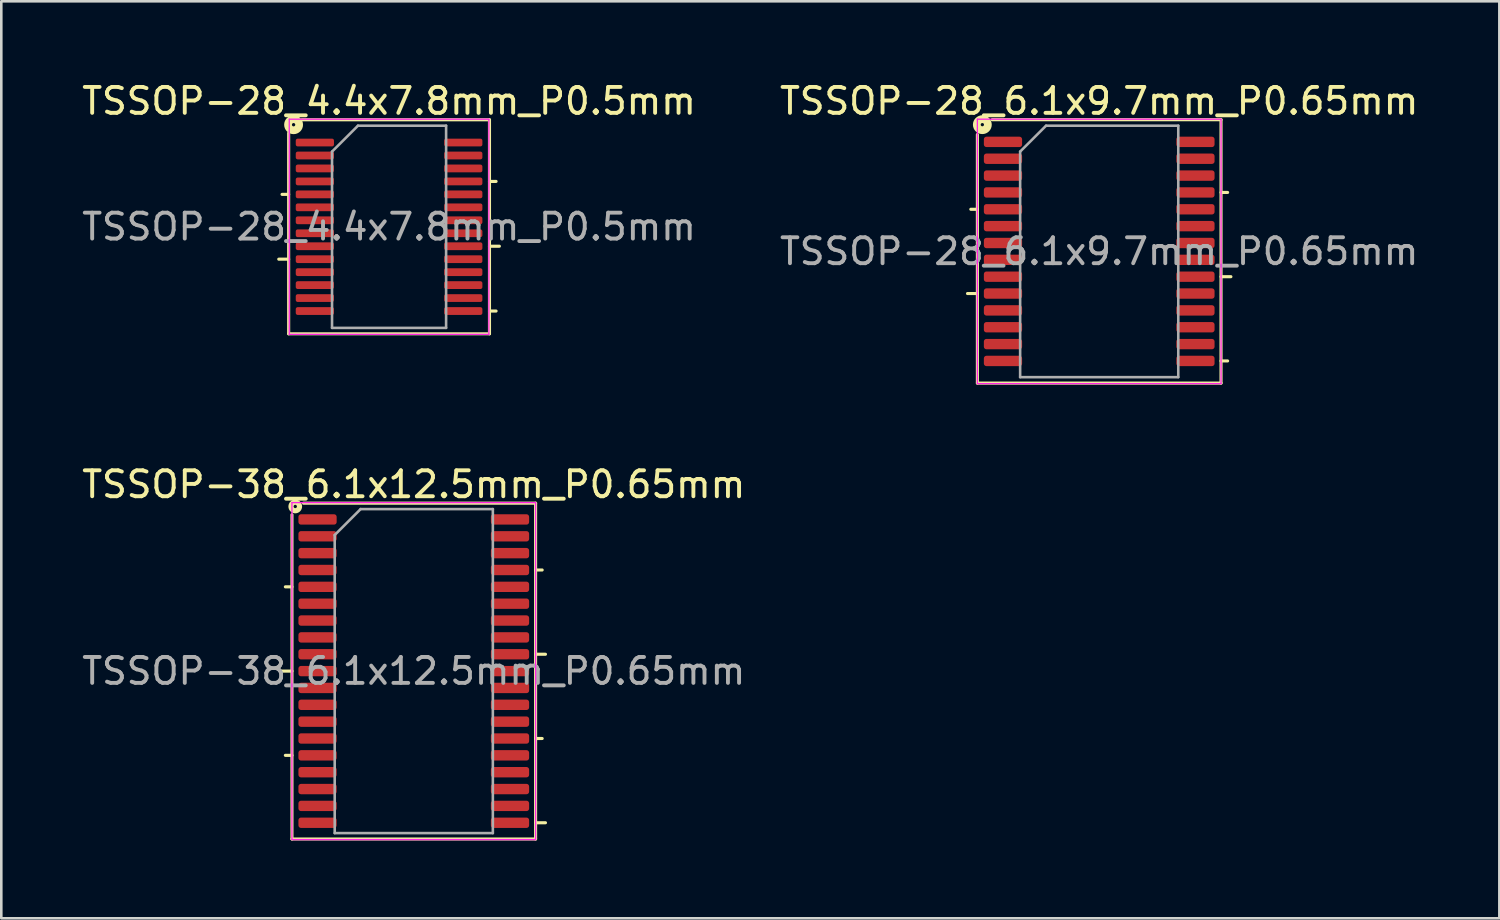
<source format=kicad_pcb>
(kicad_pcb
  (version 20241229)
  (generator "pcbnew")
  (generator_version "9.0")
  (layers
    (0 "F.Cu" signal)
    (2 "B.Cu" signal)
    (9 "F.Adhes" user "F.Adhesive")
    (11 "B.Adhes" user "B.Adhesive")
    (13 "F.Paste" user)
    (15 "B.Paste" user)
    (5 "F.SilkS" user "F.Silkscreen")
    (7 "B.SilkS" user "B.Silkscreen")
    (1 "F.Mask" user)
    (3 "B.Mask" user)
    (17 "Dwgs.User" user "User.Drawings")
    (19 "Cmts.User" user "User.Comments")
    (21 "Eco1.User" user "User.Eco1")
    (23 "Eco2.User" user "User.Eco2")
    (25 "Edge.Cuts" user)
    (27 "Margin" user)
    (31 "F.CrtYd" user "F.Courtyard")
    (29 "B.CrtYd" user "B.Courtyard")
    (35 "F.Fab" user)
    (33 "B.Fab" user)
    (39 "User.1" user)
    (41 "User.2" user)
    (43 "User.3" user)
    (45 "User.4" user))
  (footprint "TSSOP-28_4.4x7.8mm_P0.5mm"
    (layer "F.Cu")
    (at 11.958 5.698)
    (property "Reference" "TSSOP-28_4.4x7.8mm_P0.5mm" (at 0 -4.85 0) (layer "F.SilkS") (effects (font (size 1 1) (thickness 0.15))))
    (attr smd)
    (fp_line (start -4.255 1.25) (end -3.873 1.25) (stroke (width 0.12) (type solid)) (layer "F.SilkS"))
    (fp_line (start -4.128 -1.25) (end -3.873 -1.25) (stroke (width 0.12) (type solid)) (layer "F.SilkS"))
    (fp_line (start -3.873 -3.619) (end -3.873 4.128) (stroke (width 0.12) (type solid)) (layer "F.SilkS"))
    (fp_line (start -3.873 4.128) (end 3.873 4.128) (stroke (width 0.12) (type solid)) (layer "F.SilkS"))
    (fp_line (start 3.873 -4.128) (end -3.365 -4.128) (stroke (width 0.12) (type solid)) (layer "F.SilkS"))
    (fp_line (start 3.873 -1.75) (end 4.128 -1.75) (stroke (width 0.12) (type solid)) (layer "F.SilkS"))
    (fp_line (start 3.873 0.75) (end 4.255 0.75) (stroke (width 0.12) (type solid)) (layer "F.SilkS"))
    (fp_line (start 3.873 3.25) (end 4.128 3.25) (stroke (width 0.12) (type solid)) (layer "F.SilkS"))
    (fp_line (start 3.873 4.128) (end 3.873 -4.128) (stroke (width 0.12) (type solid)) (layer "F.SilkS"))
    (fp_circle (center -3.683 -3.937) (end -3.619 -3.937) (stroke (width 0.3) (type solid)) (fill no) (layer "F.SilkS"))
    (fp_line (start -3.85 -4.15) (end -3.85 4.15) (stroke (width 0.05) (type solid)) (layer "F.CrtYd"))
    (fp_line (start -3.85 4.15) (end 3.85 4.15) (stroke (width 0.05) (type solid)) (layer "F.CrtYd"))
    (fp_line (start 3.85 -4.15) (end -3.85 -4.15) (stroke (width 0.05) (type solid)) (layer "F.CrtYd"))
    (fp_line (start 3.85 4.15) (end 3.85 -4.15) (stroke (width 0.05) (type solid)) (layer "F.CrtYd"))
    (fp_line (start -2.2 -2.9) (end -1.2 -3.9) (stroke (width 0.1) (type solid)) (layer "F.Fab"))
    (fp_line (start -2.2 3.9) (end -2.2 -2.9) (stroke (width 0.1) (type solid)) (layer "F.Fab"))
    (fp_line (start -1.2 -3.9) (end 2.2 -3.9) (stroke (width 0.1) (type solid)) (layer "F.Fab"))
    (fp_line (start 2.2 -3.9) (end 2.2 3.9) (stroke (width 0.1) (type solid)) (layer "F.Fab"))
    (fp_line (start 2.2 3.9) (end -2.2 3.9) (stroke (width 0.1) (type solid)) (layer "F.Fab"))
    (fp_text user "${REFERENCE}" (at 0 0 0) (layer "F.Fab") (effects (font (size 1 1) (thickness 0.15))))
    (pad "1" smd roundrect (at -2.862 -3.25) (size 1.475 0.3) (layers "F.Cu" "F.Mask" "F.Paste") (roundrect_rratio 0.25))
    (pad "2" smd roundrect (at -2.862 -2.75) (size 1.475 0.3) (layers "F.Cu" "F.Mask" "F.Paste") (roundrect_rratio 0.25))
    (pad "3" smd roundrect (at -2.862 -2.25) (size 1.475 0.3) (layers "F.Cu" "F.Mask" "F.Paste") (roundrect_rratio 0.25))
    (pad "4" smd roundrect (at -2.862 -1.75) (size 1.475 0.3) (layers "F.Cu" "F.Mask" "F.Paste") (roundrect_rratio 0.25))
    (pad "5" smd roundrect (at -2.862 -1.25) (size 1.475 0.3) (layers "F.Cu" "F.Mask" "F.Paste") (roundrect_rratio 0.25))
    (pad "6" smd roundrect (at -2.862 -0.75) (size 1.475 0.3) (layers "F.Cu" "F.Mask" "F.Paste") (roundrect_rratio 0.25))
    (pad "7" smd roundrect (at -2.862 -0.25) (size 1.475 0.3) (layers "F.Cu" "F.Mask" "F.Paste") (roundrect_rratio 0.25))
    (pad "8" smd roundrect (at -2.862 0.25) (size 1.475 0.3) (layers "F.Cu" "F.Mask" "F.Paste") (roundrect_rratio 0.25))
    (pad "9" smd roundrect (at -2.862 0.75) (size 1.475 0.3) (layers "F.Cu" "F.Mask" "F.Paste") (roundrect_rratio 0.25))
    (pad "10" smd roundrect (at -2.862 1.25) (size 1.475 0.3) (layers "F.Cu" "F.Mask" "F.Paste") (roundrect_rratio 0.25))
    (pad "11" smd roundrect (at -2.862 1.75) (size 1.475 0.3) (layers "F.Cu" "F.Mask" "F.Paste") (roundrect_rratio 0.25))
    (pad "12" smd roundrect (at -2.862 2.25) (size 1.475 0.3) (layers "F.Cu" "F.Mask" "F.Paste") (roundrect_rratio 0.25))
    (pad "13" smd roundrect (at -2.862 2.75) (size 1.475 0.3) (layers "F.Cu" "F.Mask" "F.Paste") (roundrect_rratio 0.25))
    (pad "14" smd roundrect (at -2.862 3.25) (size 1.475 0.3) (layers "F.Cu" "F.Mask" "F.Paste") (roundrect_rratio 0.25))
    (pad "15" smd roundrect (at 2.862 3.25) (size 1.475 0.3) (layers "F.Cu" "F.Mask" "F.Paste") (roundrect_rratio 0.25))
    (pad "16" smd roundrect (at 2.862 2.75) (size 1.475 0.3) (layers "F.Cu" "F.Mask" "F.Paste") (roundrect_rratio 0.25))
    (pad "17" smd roundrect (at 2.862 2.25) (size 1.475 0.3) (layers "F.Cu" "F.Mask" "F.Paste") (roundrect_rratio 0.25))
    (pad "18" smd roundrect (at 2.862 1.75) (size 1.475 0.3) (layers "F.Cu" "F.Mask" "F.Paste") (roundrect_rratio 0.25))
    (pad "19" smd roundrect (at 2.862 1.25) (size 1.475 0.3) (layers "F.Cu" "F.Mask" "F.Paste") (roundrect_rratio 0.25))
    (pad "20" smd roundrect (at 2.862 0.75) (size 1.475 0.3) (layers "F.Cu" "F.Mask" "F.Paste") (roundrect_rratio 0.25))
    (pad "21" smd roundrect (at 2.862 0.25) (size 1.475 0.3) (layers "F.Cu" "F.Mask" "F.Paste") (roundrect_rratio 0.25))
    (pad "22" smd roundrect (at 2.862 -0.25) (size 1.475 0.3) (layers "F.Cu" "F.Mask" "F.Paste") (roundrect_rratio 0.25))
    (pad "23" smd roundrect (at 2.862 -0.75) (size 1.475 0.3) (layers "F.Cu" "F.Mask" "F.Paste") (roundrect_rratio 0.25))
    (pad "24" smd roundrect (at 2.862 -1.25) (size 1.475 0.3) (layers "F.Cu" "F.Mask" "F.Paste") (roundrect_rratio 0.25))
    (pad "25" smd roundrect (at 2.862 -1.75) (size 1.475 0.3) (layers "F.Cu" "F.Mask" "F.Paste") (roundrect_rratio 0.25))
    (pad "26" smd roundrect (at 2.862 -2.25) (size 1.475 0.3) (layers "F.Cu" "F.Mask" "F.Paste") (roundrect_rratio 0.25))
    (pad "27" smd roundrect (at 2.862 -2.75) (size 1.475 0.3) (layers "F.Cu" "F.Mask" "F.Paste") (roundrect_rratio 0.25))
    (pad "28" smd roundrect (at 2.862 -3.25) (size 1.475 0.3) (layers "F.Cu" "F.Mask" "F.Paste") (roundrect_rratio 0.25)))
  (footprint "TSSOP-38_6.1x12.5mm_P0.65mm"
    (layer "F.Cu")
    (at 12.911 22.837)
    (property "Reference" "TSSOP-38_6.1x12.5mm_P0.65mm" (at 0 -7.2 0) (layer "F.SilkS") (effects (font (size 1 1) (thickness 0.15))))
    (attr smd)
    (fp_line (start -4.699 -6.032) (end -4.699 6.477) (stroke (width 0.12) (type solid)) (layer "F.SilkS"))
    (fp_line (start -4.699 -3.25) (end -4.953 -3.25) (stroke (width 0.12) (type solid)) (layer "F.SilkS"))
    (fp_line (start -4.699 0) (end -5.08 0) (stroke (width 0.12) (type solid)) (layer "F.SilkS"))
    (fp_line (start -4.699 3.25) (end -4.953 3.25) (stroke (width 0.12) (type solid)) (layer "F.SilkS"))
    (fp_line (start -4.699 6.477) (end 4.699 6.477) (stroke (width 0.12) (type solid)) (layer "F.SilkS"))
    (fp_line (start 4.699 -6.477) (end -4.255 -6.477) (stroke (width 0.12) (type solid)) (layer "F.SilkS"))
    (fp_line (start 4.699 -3.9) (end 4.953 -3.9) (stroke (width 0.12) (type solid)) (layer "F.SilkS"))
    (fp_line (start 4.699 -0.65) (end 5.08 -0.65) (stroke (width 0.12) (type solid)) (layer "F.SilkS"))
    (fp_line (start 4.699 2.6) (end 4.953 2.6) (stroke (width 0.12) (type solid)) (layer "F.SilkS"))
    (fp_line (start 4.699 5.85) (end 5.08 5.85) (stroke (width 0.12) (type solid)) (layer "F.SilkS"))
    (fp_line (start 4.699 6.477) (end 4.699 -6.477) (stroke (width 0.12) (type solid)) (layer "F.SilkS"))
    (fp_circle (center -4.572 -6.35) (end -4.508 -6.35) (stroke (width 0.2) (type solid)) (fill no) (layer "F.SilkS"))
    (fp_line (start -4.7 -6.5) (end -4.7 6.5) (stroke (width 0.05) (type solid)) (layer "F.CrtYd"))
    (fp_line (start -4.7 6.5) (end 4.7 6.5) (stroke (width 0.05) (type solid)) (layer "F.CrtYd"))
    (fp_line (start 4.7 -6.5) (end -4.7 -6.5) (stroke (width 0.05) (type solid)) (layer "F.CrtYd"))
    (fp_line (start 4.7 6.5) (end 4.7 -6.5) (stroke (width 0.05) (type solid)) (layer "F.CrtYd"))
    (fp_line (start -3.05 -5.25) (end -2.05 -6.25) (stroke (width 0.1) (type solid)) (layer "F.Fab"))
    (fp_line (start -3.05 6.25) (end -3.05 -5.25) (stroke (width 0.1) (type solid)) (layer "F.Fab"))
    (fp_line (start -2.05 -6.25) (end 3.05 -6.25) (stroke (width 0.1) (type solid)) (layer "F.Fab"))
    (fp_line (start 3.05 -6.25) (end 3.05 6.25) (stroke (width 0.1) (type solid)) (layer "F.Fab"))
    (fp_line (start 3.05 6.25) (end -3.05 6.25) (stroke (width 0.1) (type solid)) (layer "F.Fab"))
    (fp_text user "${REFERENCE}" (at 0 0 0) (layer "F.Fab") (effects (font (size 1 1) (thickness 0.15))))
    (pad "1" smd roundrect (at -3.712 -5.85) (size 1.475 0.4) (layers "F.Cu" "F.Mask" "F.Paste") (roundrect_rratio 0.25))
    (pad "2" smd roundrect (at -3.712 -5.2) (size 1.475 0.4) (layers "F.Cu" "F.Mask" "F.Paste") (roundrect_rratio 0.25))
    (pad "3" smd roundrect (at -3.712 -4.55) (size 1.475 0.4) (layers "F.Cu" "F.Mask" "F.Paste") (roundrect_rratio 0.25))
    (pad "4" smd roundrect (at -3.712 -3.9) (size 1.475 0.4) (layers "F.Cu" "F.Mask" "F.Paste") (roundrect_rratio 0.25))
    (pad "5" smd roundrect (at -3.712 -3.25) (size 1.475 0.4) (layers "F.Cu" "F.Mask" "F.Paste") (roundrect_rratio 0.25))
    (pad "6" smd roundrect (at -3.712 -2.6) (size 1.475 0.4) (layers "F.Cu" "F.Mask" "F.Paste") (roundrect_rratio 0.25))
    (pad "7" smd roundrect (at -3.712 -1.95) (size 1.475 0.4) (layers "F.Cu" "F.Mask" "F.Paste") (roundrect_rratio 0.25))
    (pad "8" smd roundrect (at -3.712 -1.3) (size 1.475 0.4) (layers "F.Cu" "F.Mask" "F.Paste") (roundrect_rratio 0.25))
    (pad "9" smd roundrect (at -3.712 -0.65) (size 1.475 0.4) (layers "F.Cu" "F.Mask" "F.Paste") (roundrect_rratio 0.25))
    (pad "10" smd roundrect (at -3.712 0) (size 1.475 0.4) (layers "F.Cu" "F.Mask" "F.Paste") (roundrect_rratio 0.25))
    (pad "11" smd roundrect (at -3.712 0.65) (size 1.475 0.4) (layers "F.Cu" "F.Mask" "F.Paste") (roundrect_rratio 0.25))
    (pad "12" smd roundrect (at -3.712 1.3) (size 1.475 0.4) (layers "F.Cu" "F.Mask" "F.Paste") (roundrect_rratio 0.25))
    (pad "13" smd roundrect (at -3.712 1.95) (size 1.475 0.4) (layers "F.Cu" "F.Mask" "F.Paste") (roundrect_rratio 0.25))
    (pad "14" smd roundrect (at -3.712 2.6) (size 1.475 0.4) (layers "F.Cu" "F.Mask" "F.Paste") (roundrect_rratio 0.25))
    (pad "15" smd roundrect (at -3.712 3.25) (size 1.475 0.4) (layers "F.Cu" "F.Mask" "F.Paste") (roundrect_rratio 0.25))
    (pad "16" smd roundrect (at -3.712 3.9) (size 1.475 0.4) (layers "F.Cu" "F.Mask" "F.Paste") (roundrect_rratio 0.25))
    (pad "17" smd roundrect (at -3.712 4.55) (size 1.475 0.4) (layers "F.Cu" "F.Mask" "F.Paste") (roundrect_rratio 0.25))
    (pad "18" smd roundrect (at -3.712 5.2) (size 1.475 0.4) (layers "F.Cu" "F.Mask" "F.Paste") (roundrect_rratio 0.25))
    (pad "19" smd roundrect (at -3.712 5.85) (size 1.475 0.4) (layers "F.Cu" "F.Mask" "F.Paste") (roundrect_rratio 0.25))
    (pad "20" smd roundrect (at 3.712 5.85) (size 1.475 0.4) (layers "F.Cu" "F.Mask" "F.Paste") (roundrect_rratio 0.25))
    (pad "21" smd roundrect (at 3.712 5.2) (size 1.475 0.4) (layers "F.Cu" "F.Mask" "F.Paste") (roundrect_rratio 0.25))
    (pad "22" smd roundrect (at 3.712 4.55) (size 1.475 0.4) (layers "F.Cu" "F.Mask" "F.Paste") (roundrect_rratio 0.25))
    (pad "23" smd roundrect (at 3.712 3.9) (size 1.475 0.4) (layers "F.Cu" "F.Mask" "F.Paste") (roundrect_rratio 0.25))
    (pad "24" smd roundrect (at 3.712 3.25) (size 1.475 0.4) (layers "F.Cu" "F.Mask" "F.Paste") (roundrect_rratio 0.25))
    (pad "25" smd roundrect (at 3.712 2.6) (size 1.475 0.4) (layers "F.Cu" "F.Mask" "F.Paste") (roundrect_rratio 0.25))
    (pad "26" smd roundrect (at 3.712 1.95) (size 1.475 0.4) (layers "F.Cu" "F.Mask" "F.Paste") (roundrect_rratio 0.25))
    (pad "27" smd roundrect (at 3.712 1.3) (size 1.475 0.4) (layers "F.Cu" "F.Mask" "F.Paste") (roundrect_rratio 0.25))
    (pad "28" smd roundrect (at 3.712 0.65) (size 1.475 0.4) (layers "F.Cu" "F.Mask" "F.Paste") (roundrect_rratio 0.25))
    (pad "29" smd roundrect (at 3.712 0) (size 1.475 0.4) (layers "F.Cu" "F.Mask" "F.Paste") (roundrect_rratio 0.25))
    (pad "30" smd roundrect (at 3.712 -0.65) (size 1.475 0.4) (layers "F.Cu" "F.Mask" "F.Paste") (roundrect_rratio 0.25))
    (pad "31" smd roundrect (at 3.712 -1.3) (size 1.475 0.4) (layers "F.Cu" "F.Mask" "F.Paste") (roundrect_rratio 0.25))
    (pad "32" smd roundrect (at 3.712 -1.95) (size 1.475 0.4) (layers "F.Cu" "F.Mask" "F.Paste") (roundrect_rratio 0.25))
    (pad "33" smd roundrect (at 3.712 -2.6) (size 1.475 0.4) (layers "F.Cu" "F.Mask" "F.Paste") (roundrect_rratio 0.25))
    (pad "34" smd roundrect (at 3.712 -3.25) (size 1.475 0.4) (layers "F.Cu" "F.Mask" "F.Paste") (roundrect_rratio 0.25))
    (pad "35" smd roundrect (at 3.712 -3.9) (size 1.475 0.4) (layers "F.Cu" "F.Mask" "F.Paste") (roundrect_rratio 0.25))
    (pad "36" smd roundrect (at 3.712 -4.55) (size 1.475 0.4) (layers "F.Cu" "F.Mask" "F.Paste") (roundrect_rratio 0.25))
    (pad "37" smd roundrect (at 3.712 -5.2) (size 1.475 0.4) (layers "F.Cu" "F.Mask" "F.Paste") (roundrect_rratio 0.25))
    (pad "38" smd roundrect (at 3.712 -5.85) (size 1.475 0.4) (layers "F.Cu" "F.Mask" "F.Paste") (roundrect_rratio 0.25)))
  (footprint "TSSOP-28_6.1x9.7mm_P0.65mm"
    (layer "F.Cu")
    (at 39.351 6.648)
    (property "Reference" "TSSOP-28_6.1x9.7mm_P0.65mm" (at 0 -5.8 0) (layer "F.SilkS") (effects (font (size 1 1) (thickness 0.15))))
    (attr smd)
    (fp_line (start -4.699 -4.508) (end -4.699 5.08) (stroke (width 0.12) (type solid)) (layer "F.SilkS"))
    (fp_line (start -4.699 -1.625) (end -4.953 -1.625) (stroke (width 0.12) (type solid)) (layer "F.SilkS"))
    (fp_line (start -4.699 1.625) (end -5.08 1.625) (stroke (width 0.12) (type solid)) (layer "F.SilkS"))
    (fp_line (start -4.699 5.08) (end 4.699 5.08) (stroke (width 0.12) (type solid)) (layer "F.SilkS"))
    (fp_line (start 4.699 -5.08) (end -4.128 -5.08) (stroke (width 0.12) (type solid)) (layer "F.SilkS"))
    (fp_line (start 4.699 -2.275) (end 4.953 -2.275) (stroke (width 0.12) (type solid)) (layer "F.SilkS"))
    (fp_line (start 4.699 0.975) (end 5.08 0.975) (stroke (width 0.12) (type solid)) (layer "F.SilkS"))
    (fp_line (start 4.699 4.225) (end 4.953 4.225) (stroke (width 0.12) (type solid)) (layer "F.SilkS"))
    (fp_line (start 4.699 5.08) (end 4.699 -5.08) (stroke (width 0.12) (type solid)) (layer "F.SilkS"))
    (fp_circle (center -4.508 -4.889) (end -4.445 -4.889) (stroke (width 0.3) (type solid)) (fill no) (layer "F.SilkS"))
    (fp_line (start -4.7 -5.1) (end -4.7 5.1) (stroke (width 0.05) (type solid)) (layer "F.CrtYd"))
    (fp_line (start -4.7 5.1) (end 4.7 5.1) (stroke (width 0.05) (type solid)) (layer "F.CrtYd"))
    (fp_line (start 4.7 -5.1) (end -4.7 -5.1) (stroke (width 0.05) (type solid)) (layer "F.CrtYd"))
    (fp_line (start 4.7 5.1) (end 4.7 -5.1) (stroke (width 0.05) (type solid)) (layer "F.CrtYd"))
    (fp_line (start -3.05 -3.85) (end -2.05 -4.85) (stroke (width 0.1) (type solid)) (layer "F.Fab"))
    (fp_line (start -3.05 4.85) (end -3.05 -3.85) (stroke (width 0.1) (type solid)) (layer "F.Fab"))
    (fp_line (start -2.05 -4.85) (end 3.05 -4.85) (stroke (width 0.1) (type solid)) (layer "F.Fab"))
    (fp_line (start 3.05 -4.85) (end 3.05 4.85) (stroke (width 0.1) (type solid)) (layer "F.Fab"))
    (fp_line (start 3.05 4.85) (end -3.05 4.85) (stroke (width 0.1) (type solid)) (layer "F.Fab"))
    (fp_text user "${REFERENCE}" (at 0 0 0) (layer "F.Fab") (effects (font (size 1 1) (thickness 0.15))))
    (pad "1" smd roundrect (at -3.712 -4.225) (size 1.475 0.4) (layers "F.Cu" "F.Mask" "F.Paste") (roundrect_rratio 0.25))
    (pad "2" smd roundrect (at -3.712 -3.575) (size 1.475 0.4) (layers "F.Cu" "F.Mask" "F.Paste") (roundrect_rratio 0.25))
    (pad "3" smd roundrect (at -3.712 -2.925) (size 1.475 0.4) (layers "F.Cu" "F.Mask" "F.Paste") (roundrect_rratio 0.25))
    (pad "4" smd roundrect (at -3.712 -2.275) (size 1.475 0.4) (layers "F.Cu" "F.Mask" "F.Paste") (roundrect_rratio 0.25))
    (pad "5" smd roundrect (at -3.712 -1.625) (size 1.475 0.4) (layers "F.Cu" "F.Mask" "F.Paste") (roundrect_rratio 0.25))
    (pad "6" smd roundrect (at -3.712 -0.975) (size 1.475 0.4) (layers "F.Cu" "F.Mask" "F.Paste") (roundrect_rratio 0.25))
    (pad "7" smd roundrect (at -3.712 -0.325) (size 1.475 0.4) (layers "F.Cu" "F.Mask" "F.Paste") (roundrect_rratio 0.25))
    (pad "8" smd roundrect (at -3.712 0.325) (size 1.475 0.4) (layers "F.Cu" "F.Mask" "F.Paste") (roundrect_rratio 0.25))
    (pad "9" smd roundrect (at -3.712 0.975) (size 1.475 0.4) (layers "F.Cu" "F.Mask" "F.Paste") (roundrect_rratio 0.25))
    (pad "10" smd roundrect (at -3.712 1.625) (size 1.475 0.4) (layers "F.Cu" "F.Mask" "F.Paste") (roundrect_rratio 0.25))
    (pad "11" smd roundrect (at -3.712 2.275) (size 1.475 0.4) (layers "F.Cu" "F.Mask" "F.Paste") (roundrect_rratio 0.25))
    (pad "12" smd roundrect (at -3.712 2.925) (size 1.475 0.4) (layers "F.Cu" "F.Mask" "F.Paste") (roundrect_rratio 0.25))
    (pad "13" smd roundrect (at -3.712 3.575) (size 1.475 0.4) (layers "F.Cu" "F.Mask" "F.Paste") (roundrect_rratio 0.25))
    (pad "14" smd roundrect (at -3.712 4.225) (size 1.475 0.4) (layers "F.Cu" "F.Mask" "F.Paste") (roundrect_rratio 0.25))
    (pad "15" smd roundrect (at 3.712 4.225) (size 1.475 0.4) (layers "F.Cu" "F.Mask" "F.Paste") (roundrect_rratio 0.25))
    (pad "16" smd roundrect (at 3.712 3.575) (size 1.475 0.4) (layers "F.Cu" "F.Mask" "F.Paste") (roundrect_rratio 0.25))
    (pad "17" smd roundrect (at 3.712 2.925) (size 1.475 0.4) (layers "F.Cu" "F.Mask" "F.Paste") (roundrect_rratio 0.25))
    (pad "18" smd roundrect (at 3.712 2.275) (size 1.475 0.4) (layers "F.Cu" "F.Mask" "F.Paste") (roundrect_rratio 0.25))
    (pad "19" smd roundrect (at 3.712 1.625) (size 1.475 0.4) (layers "F.Cu" "F.Mask" "F.Paste") (roundrect_rratio 0.25))
    (pad "20" smd roundrect (at 3.712 0.975) (size 1.475 0.4) (layers "F.Cu" "F.Mask" "F.Paste") (roundrect_rratio 0.25))
    (pad "21" smd roundrect (at 3.712 0.325) (size 1.475 0.4) (layers "F.Cu" "F.Mask" "F.Paste") (roundrect_rratio 0.25))
    (pad "22" smd roundrect (at 3.712 -0.325) (size 1.475 0.4) (layers "F.Cu" "F.Mask" "F.Paste") (roundrect_rratio 0.25))
    (pad "23" smd roundrect (at 3.712 -0.975) (size 1.475 0.4) (layers "F.Cu" "F.Mask" "F.Paste") (roundrect_rratio 0.25))
    (pad "24" smd roundrect (at 3.712 -1.625) (size 1.475 0.4) (layers "F.Cu" "F.Mask" "F.Paste") (roundrect_rratio 0.25))
    (pad "25" smd roundrect (at 3.712 -2.275) (size 1.475 0.4) (layers "F.Cu" "F.Mask" "F.Paste") (roundrect_rratio 0.25))
    (pad "26" smd roundrect (at 3.712 -2.925) (size 1.475 0.4) (layers "F.Cu" "F.Mask" "F.Paste") (roundrect_rratio 0.25))
    (pad "27" smd roundrect (at 3.712 -3.575) (size 1.475 0.4) (layers "F.Cu" "F.Mask" "F.Paste") (roundrect_rratio 0.25))
    (pad "28" smd roundrect (at 3.712 -4.225) (size 1.475 0.4) (layers "F.Cu" "F.Mask" "F.Paste") (roundrect_rratio 0.25)))
  (gr_rect
    (start -3 -3)
    (end 54.786 32.373)
    (stroke (width 0.1) (type default))
    (fill no)
    (layer "Edge.Cuts")))
</source>
